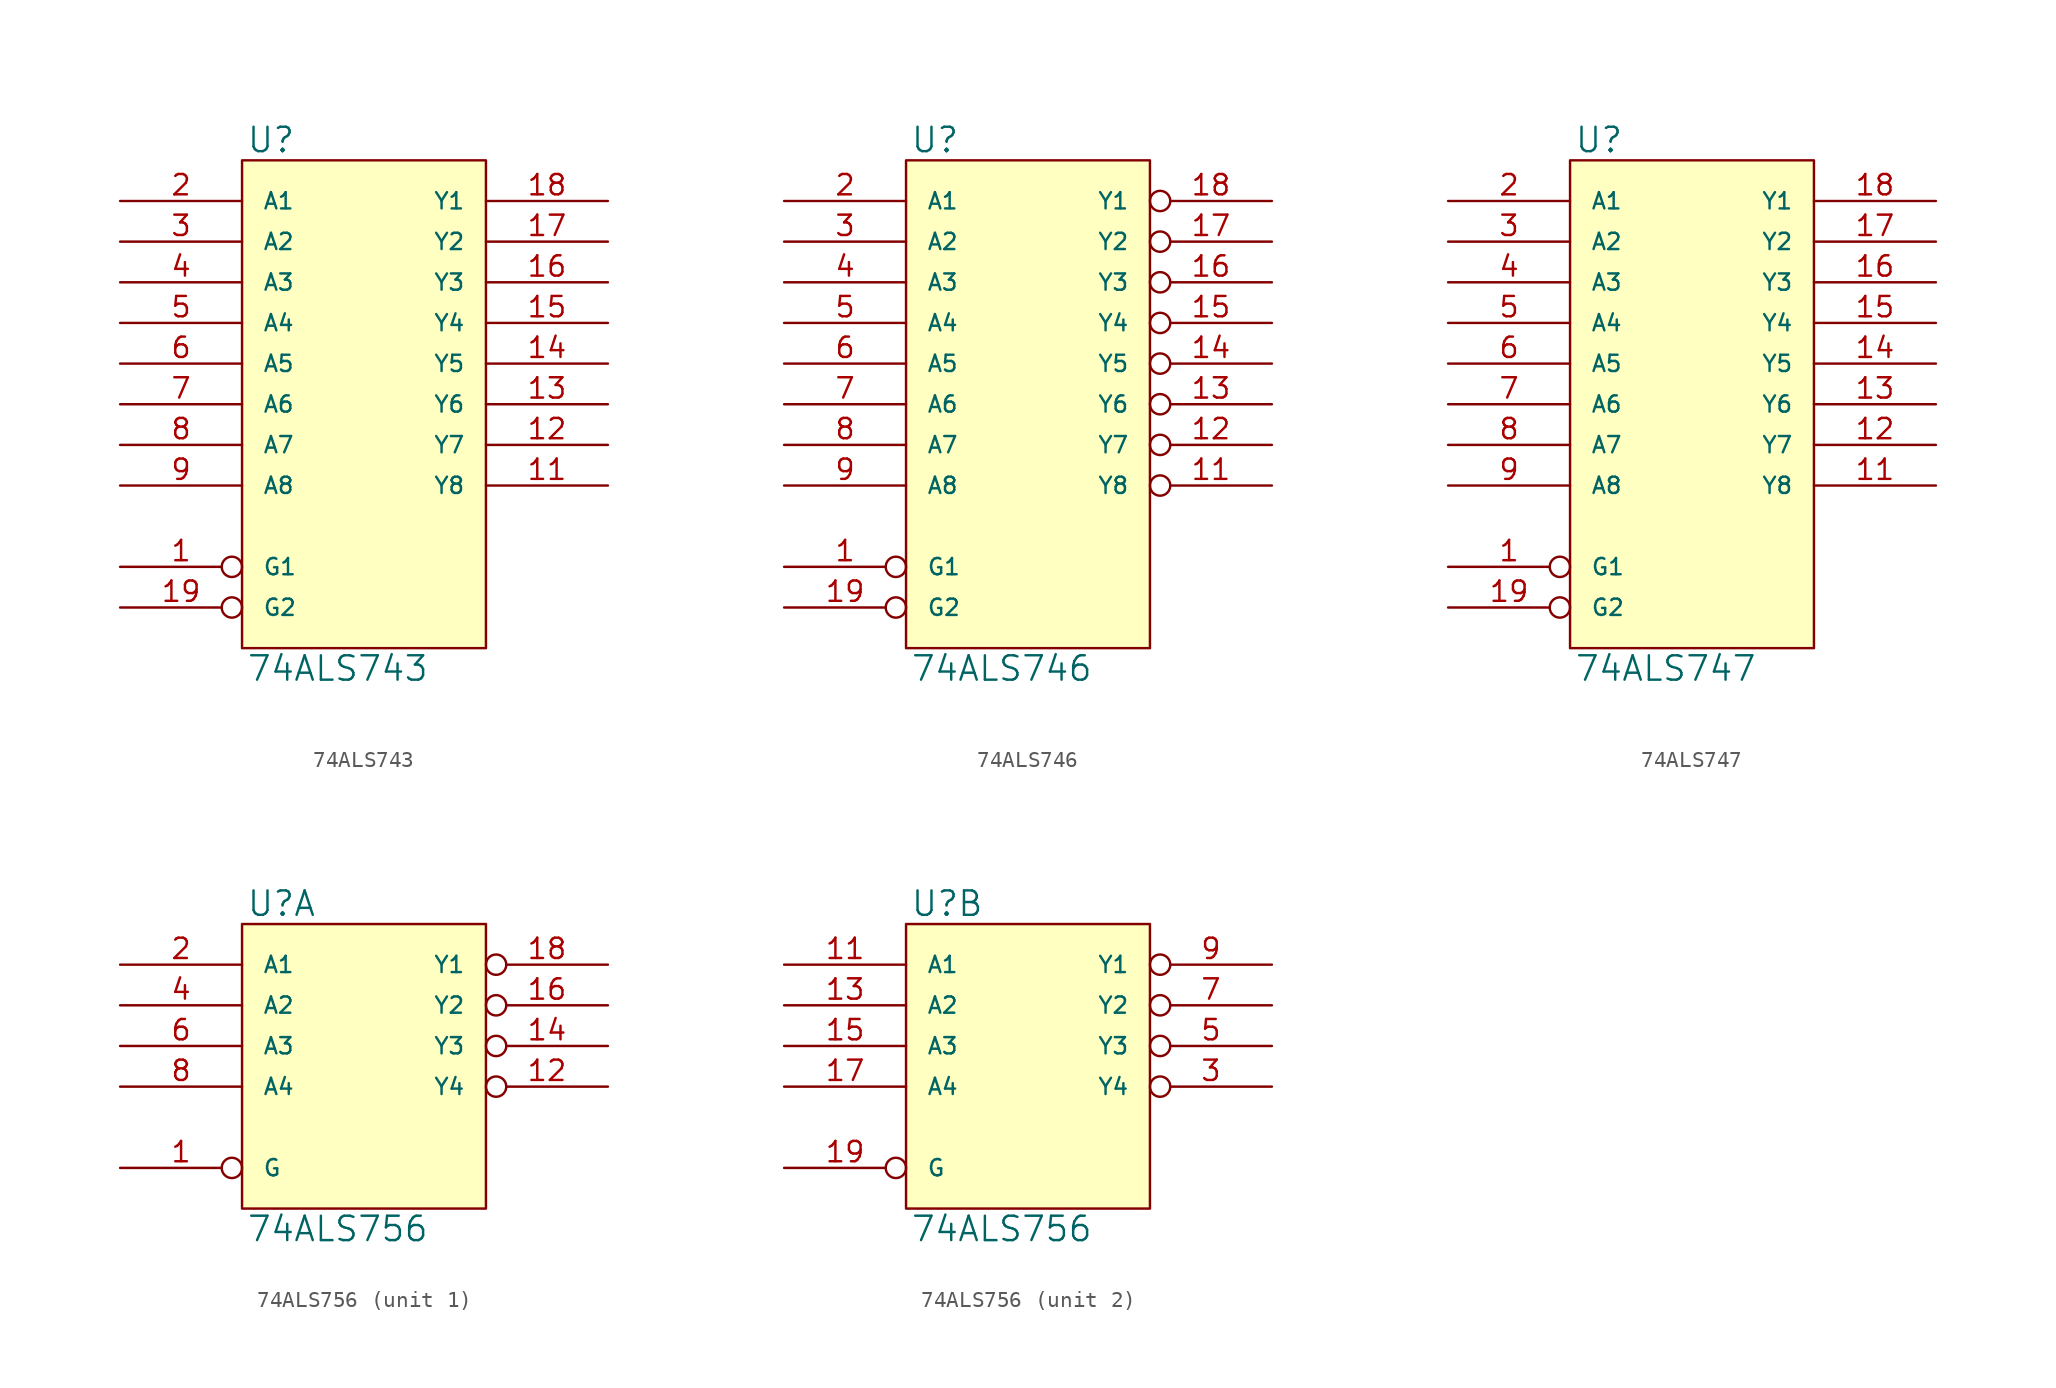
<source format=kicad_sym>
(kicad_symbol_lib
  (version 20231120)
  (generator "kicad_symbol_editor")
  (generator_version "8.0")
  (symbol "74ALS743"
    (pin_names
      (offset 1.27))
    (property "Reference" "U"
      (at 0.254 0.381 0)
      (effects (font (size 1.524 1.524)) (justify left bottom)))
    (property "Value" "74ALS743"
      (at 0.254 -30.861 0)
      (effects (font (size 1.524 1.524)) (justify left top)))
    (symbol "74ALS743_0_1"
      (rectangle (start 0 0) (end 15.24 -30.48) (stroke (width 0) (type solid)) (fill (type background))))
    (symbol "74ALS743_1_1"
      (pin input inverted (at -7.62 -25.4 0) (length 7.62) (name "G1" (effects (font (size 1.016 1.016)))) (number "1" (effects (font (size 1.27 1.27)))))
      (pin power_in line (at 0 -30.48 90) (length 0) hide (name "GND" (effects (font (size 1.016 1.016)))) (number "10" (effects (font (size 1.27 1.27)))))
      (pin open_collector line (at 22.86 -20.32 180) (length 7.62) (name "Y8" (effects (font (size 1.016 1.016)))) (number "11" (effects (font (size 1.27 1.27)))))
      (pin open_collector line (at 22.86 -17.78 180) (length 7.62) (name "Y7" (effects (font (size 1.016 1.016)))) (number "12" (effects (font (size 1.27 1.27)))))
      (pin open_collector line (at 22.86 -15.24 180) (length 7.62) (name "Y6" (effects (font (size 1.016 1.016)))) (number "13" (effects (font (size 1.27 1.27)))))
      (pin open_collector line (at 22.86 -12.7 180) (length 7.62) (name "Y5" (effects (font (size 1.016 1.016)))) (number "14" (effects (font (size 1.27 1.27)))))
      (pin open_collector line (at 22.86 -10.16 180) (length 7.62) (name "Y4" (effects (font (size 1.016 1.016)))) (number "15" (effects (font (size 1.27 1.27)))))
      (pin open_collector line (at 22.86 -7.62 180) (length 7.62) (name "Y3" (effects (font (size 1.016 1.016)))) (number "16" (effects (font (size 1.27 1.27)))))
      (pin open_collector line (at 22.86 -5.08 180) (length 7.62) (name "Y2" (effects (font (size 1.016 1.016)))) (number "17" (effects (font (size 1.27 1.27)))))
      (pin open_collector line (at 22.86 -2.54 180) (length 7.62) (name "Y1" (effects (font (size 1.016 1.016)))) (number "18" (effects (font (size 1.27 1.27)))))
      (pin input inverted (at -7.62 -27.94 0) (length 7.62) (name "G2" (effects (font (size 1.016 1.016)))) (number "19" (effects (font (size 1.27 1.27)))))
      (pin input line (at -7.62 -2.54 0) (length 7.62) (name "A1" (effects (font (size 1.016 1.016)))) (number "2" (effects (font (size 1.27 1.27)))))
      (pin power_in line (at 0 0 270) (length 0) hide (name "VCC" (effects (font (size 1.016 1.016)))) (number "20" (effects (font (size 1.27 1.27)))))
      (pin input line (at -7.62 -5.08 0) (length 7.62) (name "A2" (effects (font (size 1.016 1.016)))) (number "3" (effects (font (size 1.27 1.27)))))
      (pin input line (at -7.62 -7.62 0) (length 7.62) (name "A3" (effects (font (size 1.016 1.016)))) (number "4" (effects (font (size 1.27 1.27)))))
      (pin input line (at -7.62 -10.16 0) (length 7.62) (name "A4" (effects (font (size 1.016 1.016)))) (number "5" (effects (font (size 1.27 1.27)))))
      (pin input line (at -7.62 -12.7 0) (length 7.62) (name "A5" (effects (font (size 1.016 1.016)))) (number "6" (effects (font (size 1.27 1.27)))))
      (pin input line (at -7.62 -15.24 0) (length 7.62) (name "A6" (effects (font (size 1.016 1.016)))) (number "7" (effects (font (size 1.27 1.27)))))
      (pin input line (at -7.62 -17.78 0) (length 7.62) (name "A7" (effects (font (size 1.016 1.016)))) (number "8" (effects (font (size 1.27 1.27)))))
      (pin input line (at -7.62 -20.32 0) (length 7.62) (name "A8" (effects (font (size 1.016 1.016)))) (number "9" (effects (font (size 1.27 1.27)))))))
  (symbol "74ALS746"
    (pin_names
      (offset 1.27))
    (property "Reference" "U"
      (at 0.254 0.381 0)
      (effects (font (size 1.524 1.524)) (justify left bottom)))
    (property "Value" "74ALS746"
      (at 0.254 -30.861 0)
      (effects (font (size 1.524 1.524)) (justify left top)))
    (symbol "74ALS746_0_1"
      (rectangle (start 0 0) (end 15.24 -30.48) (stroke (width 0) (type solid)) (fill (type background))))
    (symbol "74ALS746_1_1"
      (pin input inverted (at -7.62 -25.4 0) (length 7.62) (name "G1" (effects (font (size 1.016 1.016)))) (number "1" (effects (font (size 1.27 1.27)))))
      (pin power_in line (at 0 -30.48 90) (length 0) hide (name "GND" (effects (font (size 1.016 1.016)))) (number "10" (effects (font (size 1.27 1.27)))))
      (pin tri_state inverted (at 22.86 -20.32 180) (length 7.62) (name "Y8" (effects (font (size 1.016 1.016)))) (number "11" (effects (font (size 1.27 1.27)))))
      (pin tri_state inverted (at 22.86 -17.78 180) (length 7.62) (name "Y7" (effects (font (size 1.016 1.016)))) (number "12" (effects (font (size 1.27 1.27)))))
      (pin tri_state inverted (at 22.86 -15.24 180) (length 7.62) (name "Y6" (effects (font (size 1.016 1.016)))) (number "13" (effects (font (size 1.27 1.27)))))
      (pin tri_state inverted (at 22.86 -12.7 180) (length 7.62) (name "Y5" (effects (font (size 1.016 1.016)))) (number "14" (effects (font (size 1.27 1.27)))))
      (pin tri_state inverted (at 22.86 -10.16 180) (length 7.62) (name "Y4" (effects (font (size 1.016 1.016)))) (number "15" (effects (font (size 1.27 1.27)))))
      (pin tri_state inverted (at 22.86 -7.62 180) (length 7.62) (name "Y3" (effects (font (size 1.016 1.016)))) (number "16" (effects (font (size 1.27 1.27)))))
      (pin tri_state inverted (at 22.86 -5.08 180) (length 7.62) (name "Y2" (effects (font (size 1.016 1.016)))) (number "17" (effects (font (size 1.27 1.27)))))
      (pin tri_state inverted (at 22.86 -2.54 180) (length 7.62) (name "Y1" (effects (font (size 1.016 1.016)))) (number "18" (effects (font (size 1.27 1.27)))))
      (pin input inverted (at -7.62 -27.94 0) (length 7.62) (name "G2" (effects (font (size 1.016 1.016)))) (number "19" (effects (font (size 1.27 1.27)))))
      (pin input line (at -7.62 -2.54 0) (length 7.62) (name "A1" (effects (font (size 1.016 1.016)))) (number "2" (effects (font (size 1.27 1.27)))))
      (pin power_in line (at 0 0 270) (length 0) hide (name "VCC" (effects (font (size 1.016 1.016)))) (number "20" (effects (font (size 1.27 1.27)))))
      (pin input line (at -7.62 -5.08 0) (length 7.62) (name "A2" (effects (font (size 1.016 1.016)))) (number "3" (effects (font (size 1.27 1.27)))))
      (pin input line (at -7.62 -7.62 0) (length 7.62) (name "A3" (effects (font (size 1.016 1.016)))) (number "4" (effects (font (size 1.27 1.27)))))
      (pin input line (at -7.62 -10.16 0) (length 7.62) (name "A4" (effects (font (size 1.016 1.016)))) (number "5" (effects (font (size 1.27 1.27)))))
      (pin input line (at -7.62 -12.7 0) (length 7.62) (name "A5" (effects (font (size 1.016 1.016)))) (number "6" (effects (font (size 1.27 1.27)))))
      (pin input line (at -7.62 -15.24 0) (length 7.62) (name "A6" (effects (font (size 1.016 1.016)))) (number "7" (effects (font (size 1.27 1.27)))))
      (pin input line (at -7.62 -17.78 0) (length 7.62) (name "A7" (effects (font (size 1.016 1.016)))) (number "8" (effects (font (size 1.27 1.27)))))
      (pin input line (at -7.62 -20.32 0) (length 7.62) (name "A8" (effects (font (size 1.016 1.016)))) (number "9" (effects (font (size 1.27 1.27)))))))
  (symbol "74ALS747"
    (pin_names
      (offset 1.27))
    (property "Reference" "U"
      (at 0.254 0.381 0)
      (effects (font (size 1.524 1.524)) (justify left bottom)))
    (property "Value" "74ALS747"
      (at 0.254 -30.861 0)
      (effects (font (size 1.524 1.524)) (justify left top)))
    (symbol "74ALS747_0_1"
      (rectangle (start 0 0) (end 15.24 -30.48) (stroke (width 0) (type solid)) (fill (type background))))
    (symbol "74ALS747_1_1"
      (pin input inverted (at -7.62 -25.4 0) (length 7.62) (name "G1" (effects (font (size 1.016 1.016)))) (number "1" (effects (font (size 1.27 1.27)))))
      (pin power_in line (at 0 -30.48 90) (length 0) hide (name "GND" (effects (font (size 1.016 1.016)))) (number "10" (effects (font (size 1.27 1.27)))))
      (pin tri_state line (at 22.86 -20.32 180) (length 7.62) (name "Y8" (effects (font (size 1.016 1.016)))) (number "11" (effects (font (size 1.27 1.27)))))
      (pin tri_state line (at 22.86 -17.78 180) (length 7.62) (name "Y7" (effects (font (size 1.016 1.016)))) (number "12" (effects (font (size 1.27 1.27)))))
      (pin tri_state line (at 22.86 -15.24 180) (length 7.62) (name "Y6" (effects (font (size 1.016 1.016)))) (number "13" (effects (font (size 1.27 1.27)))))
      (pin tri_state line (at 22.86 -12.7 180) (length 7.62) (name "Y5" (effects (font (size 1.016 1.016)))) (number "14" (effects (font (size 1.27 1.27)))))
      (pin tri_state line (at 22.86 -10.16 180) (length 7.62) (name "Y4" (effects (font (size 1.016 1.016)))) (number "15" (effects (font (size 1.27 1.27)))))
      (pin tri_state line (at 22.86 -7.62 180) (length 7.62) (name "Y3" (effects (font (size 1.016 1.016)))) (number "16" (effects (font (size 1.27 1.27)))))
      (pin tri_state line (at 22.86 -5.08 180) (length 7.62) (name "Y2" (effects (font (size 1.016 1.016)))) (number "17" (effects (font (size 1.27 1.27)))))
      (pin tri_state line (at 22.86 -2.54 180) (length 7.62) (name "Y1" (effects (font (size 1.016 1.016)))) (number "18" (effects (font (size 1.27 1.27)))))
      (pin input inverted (at -7.62 -27.94 0) (length 7.62) (name "G2" (effects (font (size 1.016 1.016)))) (number "19" (effects (font (size 1.27 1.27)))))
      (pin input line (at -7.62 -2.54 0) (length 7.62) (name "A1" (effects (font (size 1.016 1.016)))) (number "2" (effects (font (size 1.27 1.27)))))
      (pin power_in line (at 0 0 270) (length 0) hide (name "VCC" (effects (font (size 1.016 1.016)))) (number "20" (effects (font (size 1.27 1.27)))))
      (pin input line (at -7.62 -5.08 0) (length 7.62) (name "A2" (effects (font (size 1.016 1.016)))) (number "3" (effects (font (size 1.27 1.27)))))
      (pin input line (at -7.62 -7.62 0) (length 7.62) (name "A3" (effects (font (size 1.016 1.016)))) (number "4" (effects (font (size 1.27 1.27)))))
      (pin input line (at -7.62 -10.16 0) (length 7.62) (name "A4" (effects (font (size 1.016 1.016)))) (number "5" (effects (font (size 1.27 1.27)))))
      (pin input line (at -7.62 -12.7 0) (length 7.62) (name "A5" (effects (font (size 1.016 1.016)))) (number "6" (effects (font (size 1.27 1.27)))))
      (pin input line (at -7.62 -15.24 0) (length 7.62) (name "A6" (effects (font (size 1.016 1.016)))) (number "7" (effects (font (size 1.27 1.27)))))
      (pin input line (at -7.62 -17.78 0) (length 7.62) (name "A7" (effects (font (size 1.016 1.016)))) (number "8" (effects (font (size 1.27 1.27)))))
      (pin input line (at -7.62 -20.32 0) (length 7.62) (name "A8" (effects (font (size 1.016 1.016)))) (number "9" (effects (font (size 1.27 1.27)))))))
  (symbol "74ALS756"
    (pin_names
      (offset 1.27))
    (property "Reference" "U"
      (at 0.254 0.381 0)
      (effects (font (size 1.524 1.524)) (justify left bottom)))
    (property "Value" "74ALS756"
      (at 0.254 -18.161 0)
      (effects (font (size 1.524 1.524)) (justify left top)))
    (symbol "74ALS756_0_1"
      (rectangle (start 0 0) (end 15.24 -17.78) (stroke (width 0) (type solid)) (fill (type background))))
    (symbol "74ALS756_1_1"
      (pin input inverted (at -7.62 -15.24 0) (length 7.62) (name "G" (effects (font (size 1.016 1.016)))) (number "1" (effects (font (size 1.27 1.27)))))
      (pin power_in line (at 0 -17.78 90) (length 0) hide (name "GND" (effects (font (size 1.016 1.016)))) (number "10" (effects (font (size 1.27 1.27)))))
      (pin open_collector inverted (at 22.86 -10.16 180) (length 7.62) (name "Y4" (effects (font (size 1.016 1.016)))) (number "12" (effects (font (size 1.27 1.27)))))
      (pin open_collector inverted (at 22.86 -7.62 180) (length 7.62) (name "Y3" (effects (font (size 1.016 1.016)))) (number "14" (effects (font (size 1.27 1.27)))))
      (pin open_collector inverted (at 22.86 -5.08 180) (length 7.62) (name "Y2" (effects (font (size 1.016 1.016)))) (number "16" (effects (font (size 1.27 1.27)))))
      (pin open_collector inverted (at 22.86 -2.54 180) (length 7.62) (name "Y1" (effects (font (size 1.016 1.016)))) (number "18" (effects (font (size 1.27 1.27)))))
      (pin input line (at -7.62 -2.54 0) (length 7.62) (name "A1" (effects (font (size 1.016 1.016)))) (number "2" (effects (font (size 1.27 1.27)))))
      (pin power_in line (at 0 0 270) (length 0) hide (name "VCC" (effects (font (size 1.016 1.016)))) (number "20" (effects (font (size 1.27 1.27)))))
      (pin input line (at -7.62 -5.08 0) (length 7.62) (name "A2" (effects (font (size 1.016 1.016)))) (number "4" (effects (font (size 1.27 1.27)))))
      (pin input line (at -7.62 -7.62 0) (length 7.62) (name "A3" (effects (font (size 1.016 1.016)))) (number "6" (effects (font (size 1.27 1.27)))))
      (pin input line (at -7.62 -10.16 0) (length 7.62) (name "A4" (effects (font (size 1.016 1.016)))) (number "8" (effects (font (size 1.27 1.27))))))
    (symbol "74ALS756_2_1"
      (pin power_in line (at 0 -17.78 90) (length 0) hide (name "GND" (effects (font (size 1.016 1.016)))) (number "10" (effects (font (size 1.27 1.27)))))
      (pin input line (at -7.62 -2.54 0) (length 7.62) (name "A1" (effects (font (size 1.016 1.016)))) (number "11" (effects (font (size 1.27 1.27)))))
      (pin input line (at -7.62 -5.08 0) (length 7.62) (name "A2" (effects (font (size 1.016 1.016)))) (number "13" (effects (font (size 1.27 1.27)))))
      (pin input line (at -7.62 -7.62 0) (length 7.62) (name "A3" (effects (font (size 1.016 1.016)))) (number "15" (effects (font (size 1.27 1.27)))))
      (pin input line (at -7.62 -10.16 0) (length 7.62) (name "A4" (effects (font (size 1.016 1.016)))) (number "17" (effects (font (size 1.27 1.27)))))
      (pin input inverted (at -7.62 -15.24 0) (length 7.62) (name "G" (effects (font (size 1.016 1.016)))) (number "19" (effects (font (size 1.27 1.27)))))
      (pin power_in line (at 0 0 270) (length 0) hide (name "VCC" (effects (font (size 1.016 1.016)))) (number "20" (effects (font (size 1.27 1.27)))))
      (pin open_collector inverted (at 22.86 -10.16 180) (length 7.62) (name "Y4" (effects (font (size 1.016 1.016)))) (number "3" (effects (font (size 1.27 1.27)))))
      (pin open_collector inverted (at 22.86 -7.62 180) (length 7.62) (name "Y3" (effects (font (size 1.016 1.016)))) (number "5" (effects (font (size 1.27 1.27)))))
      (pin open_collector inverted (at 22.86 -5.08 180) (length 7.62) (name "Y2" (effects (font (size 1.016 1.016)))) (number "7" (effects (font (size 1.27 1.27)))))
      (pin open_collector inverted (at 22.86 -2.54 180) (length 7.62) (name "Y1" (effects (font (size 1.016 1.016)))) (number "9" (effects (font (size 1.27 1.27))))))))
</source>
